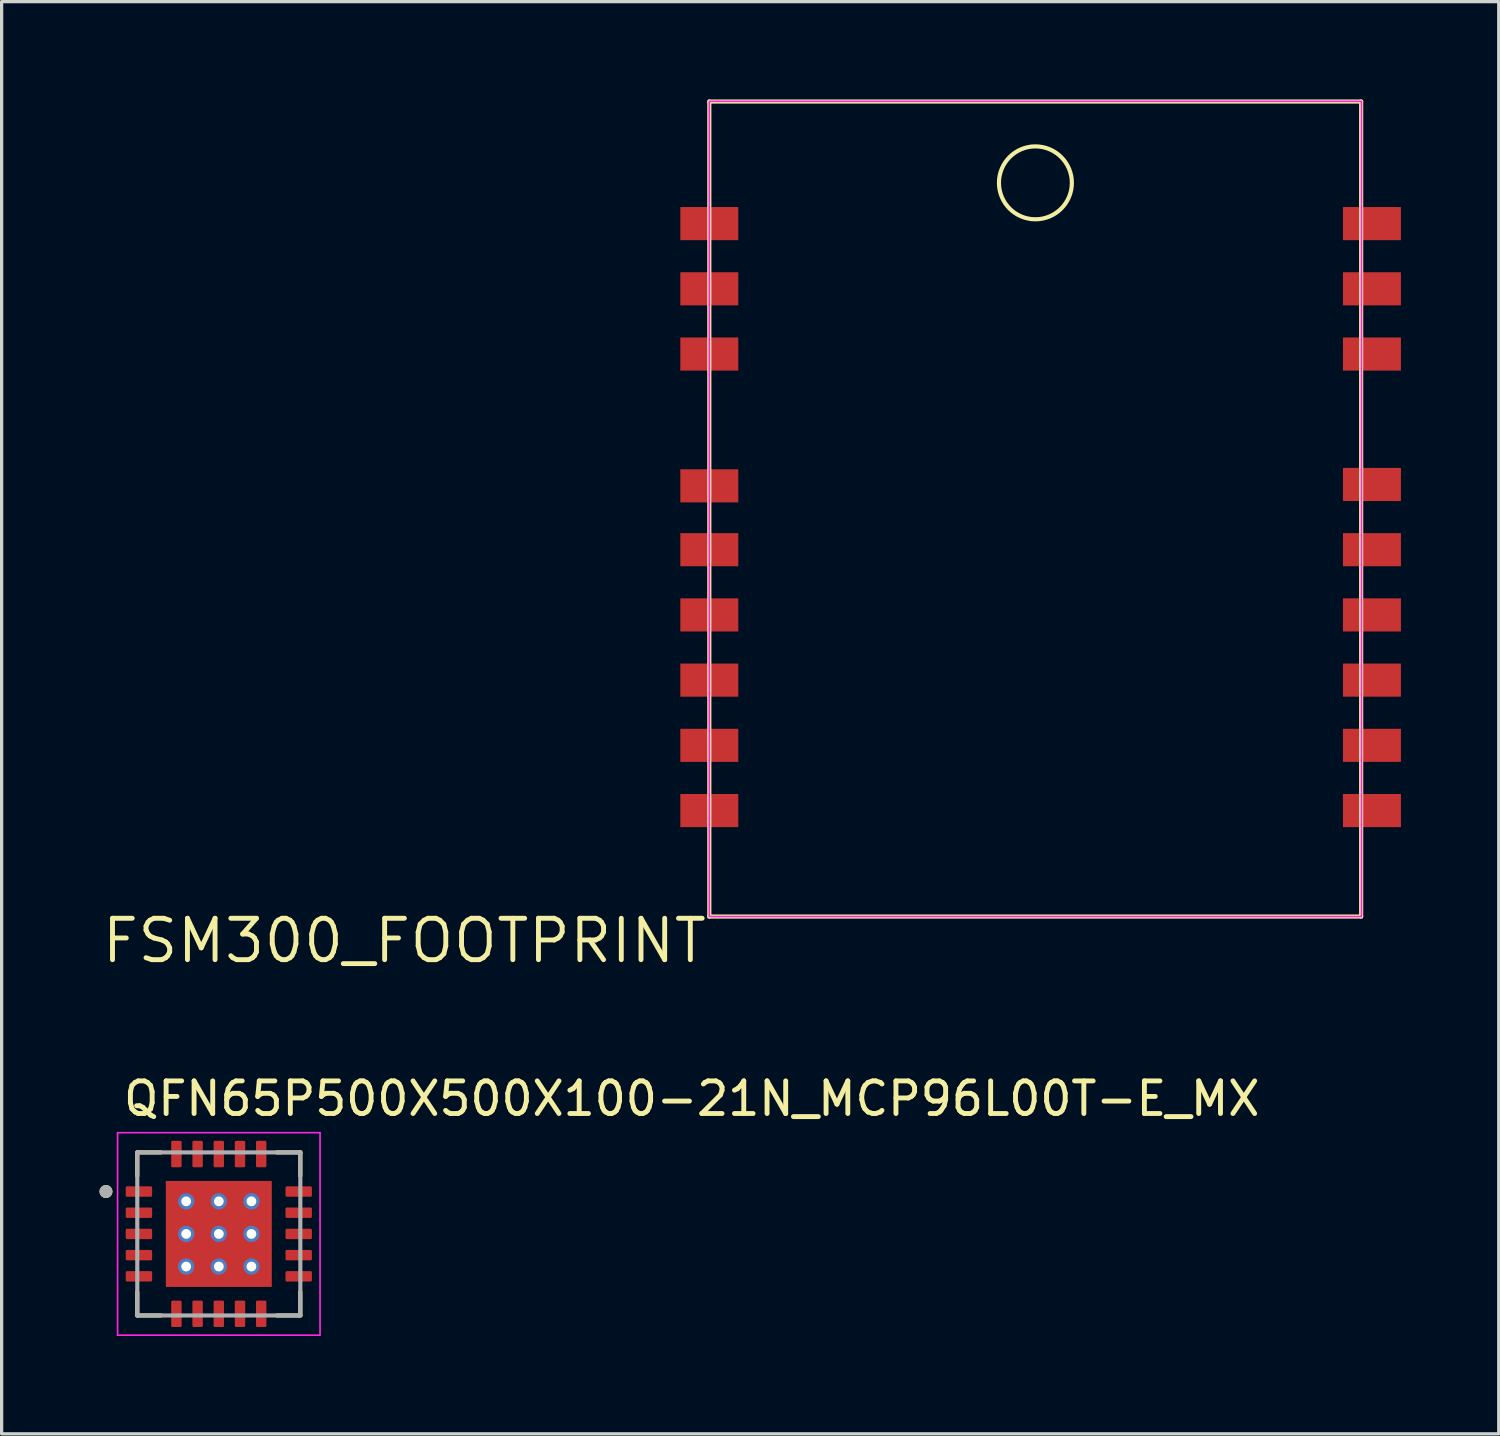
<source format=kicad_pcb>
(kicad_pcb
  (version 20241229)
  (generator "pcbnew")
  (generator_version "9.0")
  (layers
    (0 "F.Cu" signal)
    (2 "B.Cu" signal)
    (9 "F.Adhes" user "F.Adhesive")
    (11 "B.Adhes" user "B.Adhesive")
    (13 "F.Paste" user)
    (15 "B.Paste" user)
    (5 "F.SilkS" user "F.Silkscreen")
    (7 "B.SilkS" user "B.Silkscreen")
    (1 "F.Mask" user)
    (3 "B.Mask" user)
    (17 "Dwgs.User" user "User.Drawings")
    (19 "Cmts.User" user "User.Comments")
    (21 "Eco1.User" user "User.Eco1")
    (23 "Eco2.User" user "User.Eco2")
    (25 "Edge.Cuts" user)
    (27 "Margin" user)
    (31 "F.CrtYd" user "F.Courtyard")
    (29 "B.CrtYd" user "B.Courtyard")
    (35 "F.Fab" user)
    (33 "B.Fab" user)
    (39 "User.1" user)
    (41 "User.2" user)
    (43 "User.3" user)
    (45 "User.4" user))
  (footprint "FSM300_FOOTPRINT"
    (layer "F.Cu")
    (at 18.702 25.057)
    (property "Reference" "FSM300_FOOTPRINT" (at 0 0 0) (unlocked yes) (layer "F.SilkS") (effects (font (size 1.27 1.27) (thickness 0.15)) (justify right top)))
    (attr smd)
    (fp_line (start 0 0) (end 0 -24.994) (stroke (width 0.127) (type solid)) (layer "F.SilkS"))
    (fp_line (start 0 0) (end 19.99 0) (stroke (width 0.127) (type solid)) (layer "F.SilkS"))
    (fp_line (start 19.99 -24.994) (end 0 -24.994) (stroke (width 0.127) (type solid)) (layer "F.SilkS"))
    (fp_line (start 19.99 0) (end 19.99 -24.994) (stroke (width 0.127) (type solid)) (layer "F.SilkS"))
    (fp_circle (center 10 -22.5) (end 11.118 -22.5) (stroke (width 0.127) (type solid)) (fill no) (layer "F.SilkS"))
    (fp_rect (start 0 -25) (end 20 0) (stroke (width 0.05) (type default)) (fill no) (layer "F.CrtYd"))
    (pad "1" smd rect (at 0 -21.25) (size 1.778 1.016) (layers "F.Cu" "F.Mask" "F.Paste"))
    (pad "2" smd rect (at 0 -19.25) (size 1.778 1.016) (layers "F.Cu" "F.Mask" "F.Paste"))
    (pad "3" smd rect (at 0 -17.25) (size 1.778 1.016) (layers "F.Cu" "F.Mask" "F.Paste"))
    (pad "4" smd rect (at 0 -13.208) (size 1.778 1.016) (layers "F.Cu" "F.Mask" "F.Paste"))
    (pad "5" smd rect (at 0 -11.25) (size 1.778 1.016) (layers "F.Cu" "F.Mask" "F.Paste"))
    (pad "6" smd rect (at 0 -9.25) (size 1.778 1.016) (layers "F.Cu" "F.Mask" "F.Paste"))
    (pad "7" smd rect (at 0 -7.25) (size 1.778 1.016) (layers "F.Cu" "F.Mask" "F.Paste"))
    (pad "8" smd rect (at 0 -5.25) (size 1.778 1.016) (layers "F.Cu" "F.Mask" "F.Paste"))
    (pad "9" smd rect (at 0 -3.25) (size 1.778 1.016) (layers "F.Cu" "F.Mask" "F.Paste"))
    (pad "10" smd rect (at 20.32 -3.25) (size 1.778 1.016) (layers "F.Cu" "F.Mask" "F.Paste"))
    (pad "11" smd rect (at 20.32 -5.25) (size 1.778 1.016) (layers "F.Cu" "F.Mask" "F.Paste"))
    (pad "12" smd rect (at 20.32 -7.25) (size 1.778 1.016) (layers "F.Cu" "F.Mask" "F.Paste"))
    (pad "13" smd rect (at 20.32 -9.25) (size 1.778 1.016) (layers "F.Cu" "F.Mask" "F.Paste"))
    (pad "14" smd rect (at 20.32 -11.25) (size 1.778 1.016) (layers "F.Cu" "F.Mask" "F.Paste"))
    (pad "15" smd rect (at 20.32 -13.25) (size 1.778 1.016) (layers "F.Cu" "F.Mask" "F.Paste"))
    (pad "16" smd rect (at 20.32 -17.25) (size 1.778 1.016) (layers "F.Cu" "F.Mask" "F.Paste"))
    (pad "17" smd rect (at 20.32 -19.25) (size 1.778 1.016) (layers "F.Cu" "F.Mask" "F.Paste"))
    (pad "18" smd rect (at 20.32 -21.25) (size 1.778 1.016) (layers "F.Cu" "F.Mask" "F.Paste")))
  (footprint "QFN65P500X500X100-21N_MCP96L00T-E_MX"
    (layer "F.Cu")
    (at 3.66 34.79)
    (property "Reference" "QFN65P500X500X100-21N_MCP96L00T-E_MX" (at -3 -3.563 0) (unlocked yes) (layer "F.SilkS") (effects (font (size 1 1) (thickness 0.15)) (justify left bottom)))
    (fp_line (start -2.5 -2.5) (end -2.5 -1.78) (stroke (width 0.127) (type solid)) (layer "F.SilkS"))
    (fp_line (start -2.5 -2.5) (end -1.78 -2.5) (stroke (width 0.127) (type solid)) (layer "F.SilkS"))
    (fp_line (start -2.5 2.5) (end -2.5 1.78) (stroke (width 0.127) (type solid)) (layer "F.SilkS"))
    (fp_line (start -2.5 2.5) (end -1.78 2.5) (stroke (width 0.127) (type solid)) (layer "F.SilkS"))
    (fp_line (start 2.5 -2.5) (end 1.78 -2.5) (stroke (width 0.127) (type solid)) (layer "F.SilkS"))
    (fp_line (start 2.5 -2.5) (end 2.5 -1.78) (stroke (width 0.127) (type solid)) (layer "F.SilkS"))
    (fp_line (start 2.5 2.5) (end 1.78 2.5) (stroke (width 0.127) (type solid)) (layer "F.SilkS"))
    (fp_line (start 2.5 2.5) (end 2.5 1.78) (stroke (width 0.127) (type solid)) (layer "F.SilkS"))
    (fp_circle (center -3.46 -1.3) (end -3.36 -1.3) (stroke (width 0.2) (type solid)) (fill no) (layer "F.SilkS"))
    (fp_poly (pts (xy -1.15 1.15) (xy 1.15 1.15) (xy 1.15 -1.15) (xy -1.15 -1.15)) (stroke (width 0) (type default)) (fill yes) (layer "F.Paste"))
    (fp_line (start -3.105 -3.105) (end 3.105 -3.105) (stroke (width 0.05) (type solid)) (layer "F.CrtYd"))
    (fp_line (start -3.105 3.105) (end -3.105 -3.105) (stroke (width 0.05) (type solid)) (layer "F.CrtYd"))
    (fp_line (start -3.105 3.105) (end 3.105 3.105) (stroke (width 0.05) (type solid)) (layer "F.CrtYd"))
    (fp_line (start 3.105 3.105) (end 3.105 -3.105) (stroke (width 0.05) (type solid)) (layer "F.CrtYd"))
    (fp_line (start -2.5 2.5) (end -2.5 -2.5) (stroke (width 0.127) (type solid)) (layer "F.Fab"))
    (fp_line (start 2.5 -2.5) (end -2.5 -2.5) (stroke (width 0.127) (type solid)) (layer "F.Fab"))
    (fp_line (start 2.5 2.5) (end -2.5 2.5) (stroke (width 0.127) (type solid)) (layer "F.Fab"))
    (fp_line (start 2.5 2.5) (end 2.5 -2.5) (stroke (width 0.127) (type solid)) (layer "F.Fab"))
    (fp_circle (center -3.46 -1.3) (end -3.36 -1.3) (stroke (width 0.2) (type solid)) (fill no) (layer "F.Fab"))
    (pad "1" smd roundrect (at -2.45 -1.3) (size 0.81 0.32) (layers "F.Cu" "F.Mask" "F.Paste") (roundrect_rratio 0.125))
    (pad "2" smd roundrect (at -2.45 -0.65) (size 0.81 0.32) (layers "F.Cu" "F.Mask" "F.Paste") (roundrect_rratio 0.125))
    (pad "3" smd roundrect (at -2.45 0) (size 0.81 0.32) (layers "F.Cu" "F.Mask" "F.Paste") (roundrect_rratio 0.125))
    (pad "4" smd roundrect (at -2.45 0.65) (size 0.81 0.32) (layers "F.Cu" "F.Mask" "F.Paste") (roundrect_rratio 0.125))
    (pad "5" smd roundrect (at -2.45 1.3) (size 0.81 0.32) (layers "F.Cu" "F.Mask" "F.Paste") (roundrect_rratio 0.125))
    (pad "6" smd roundrect (at -1.3 2.45 90) (size 0.81 0.32) (layers "F.Cu" "F.Mask" "F.Paste") (roundrect_rratio 0.125))
    (pad "7" smd roundrect (at -0.65 2.45 90) (size 0.81 0.32) (layers "F.Cu" "F.Mask" "F.Paste") (roundrect_rratio 0.125))
    (pad "8" smd roundrect (at 0 2.45 90) (size 0.81 0.32) (layers "F.Cu" "F.Mask" "F.Paste") (roundrect_rratio 0.125))
    (pad "9" smd roundrect (at 0.65 2.45 90) (size 0.81 0.32) (layers "F.Cu" "F.Mask" "F.Paste") (roundrect_rratio 0.125))
    (pad "10" smd roundrect (at 1.3 2.45 90) (size 0.81 0.32) (layers "F.Cu" "F.Mask" "F.Paste") (roundrect_rratio 0.125))
    (pad "11" smd roundrect (at 2.45 1.3) (size 0.81 0.32) (layers "F.Cu" "F.Mask" "F.Paste") (roundrect_rratio 0.125))
    (pad "12" smd roundrect (at 2.45 0.65) (size 0.81 0.32) (layers "F.Cu" "F.Mask" "F.Paste") (roundrect_rratio 0.125))
    (pad "13" smd roundrect (at 2.45 0) (size 0.81 0.32) (layers "F.Cu" "F.Mask" "F.Paste") (roundrect_rratio 0.125))
    (pad "14" smd roundrect (at 2.45 -0.65) (size 0.81 0.32) (layers "F.Cu" "F.Mask" "F.Paste") (roundrect_rratio 0.125))
    (pad "15" smd roundrect (at 2.45 -1.3) (size 0.81 0.32) (layers "F.Cu" "F.Mask" "F.Paste") (roundrect_rratio 0.125))
    (pad "16" smd roundrect (at 1.3 -2.45 90) (size 0.81 0.32) (layers "F.Cu" "F.Mask" "F.Paste") (roundrect_rratio 0.125))
    (pad "17" smd roundrect (at 0.65 -2.45 90) (size 0.81 0.32) (layers "F.Cu" "F.Mask" "F.Paste") (roundrect_rratio 0.125))
    (pad "18" smd roundrect (at 0 -2.45 90) (size 0.81 0.32) (layers "F.Cu" "F.Mask" "F.Paste") (roundrect_rratio 0.125))
    (pad "19" smd roundrect (at -0.65 -2.45 90) (size 0.81 0.32) (layers "F.Cu" "F.Mask" "F.Paste") (roundrect_rratio 0.125))
    (pad "20" smd roundrect (at -1.3 -2.45 90) (size 0.81 0.32) (layers "F.Cu" "F.Mask" "F.Paste") (roundrect_rratio 0.125))
    (pad "21" smd rect (at 0 0) (size 3.25 3.25) (layers "F.Cu" "F.Mask"))
    (pad "22" thru_hole circle (at -1 -1) (size 0.5 0.5) (drill 0.3) (layers "*.Cu"))
    (pad "23" thru_hole circle (at 0 -1) (size 0.5 0.5) (drill 0.3) (layers "*.Cu"))
    (pad "24" thru_hole circle (at 1 -1) (size 0.5 0.5) (drill 0.3) (layers "*.Cu"))
    (pad "25" thru_hole circle (at -1 0) (size 0.5 0.5) (drill 0.3) (layers "*.Cu"))
    (pad "26" thru_hole circle (at 0 0) (size 0.5 0.5) (drill 0.3) (layers "*.Cu"))
    (pad "27" thru_hole circle (at 1 0) (size 0.5 0.5) (drill 0.3) (layers "*.Cu"))
    (pad "28" thru_hole circle (at -1 1) (size 0.5 0.5) (drill 0.3) (layers "*.Cu"))
    (pad "29" thru_hole circle (at 0 1) (size 0.5 0.5) (drill 0.3) (layers "*.Cu"))
    (pad "30" thru_hole circle (at 1 1) (size 0.5 0.5) (drill 0.3) (layers "*.Cu")))
  (gr_rect
    (start -3 -3)
    (end 42.911 40.92)
    (stroke (width 0.1) (type default))
    (fill no)
    (layer "Edge.Cuts")))
</source>
